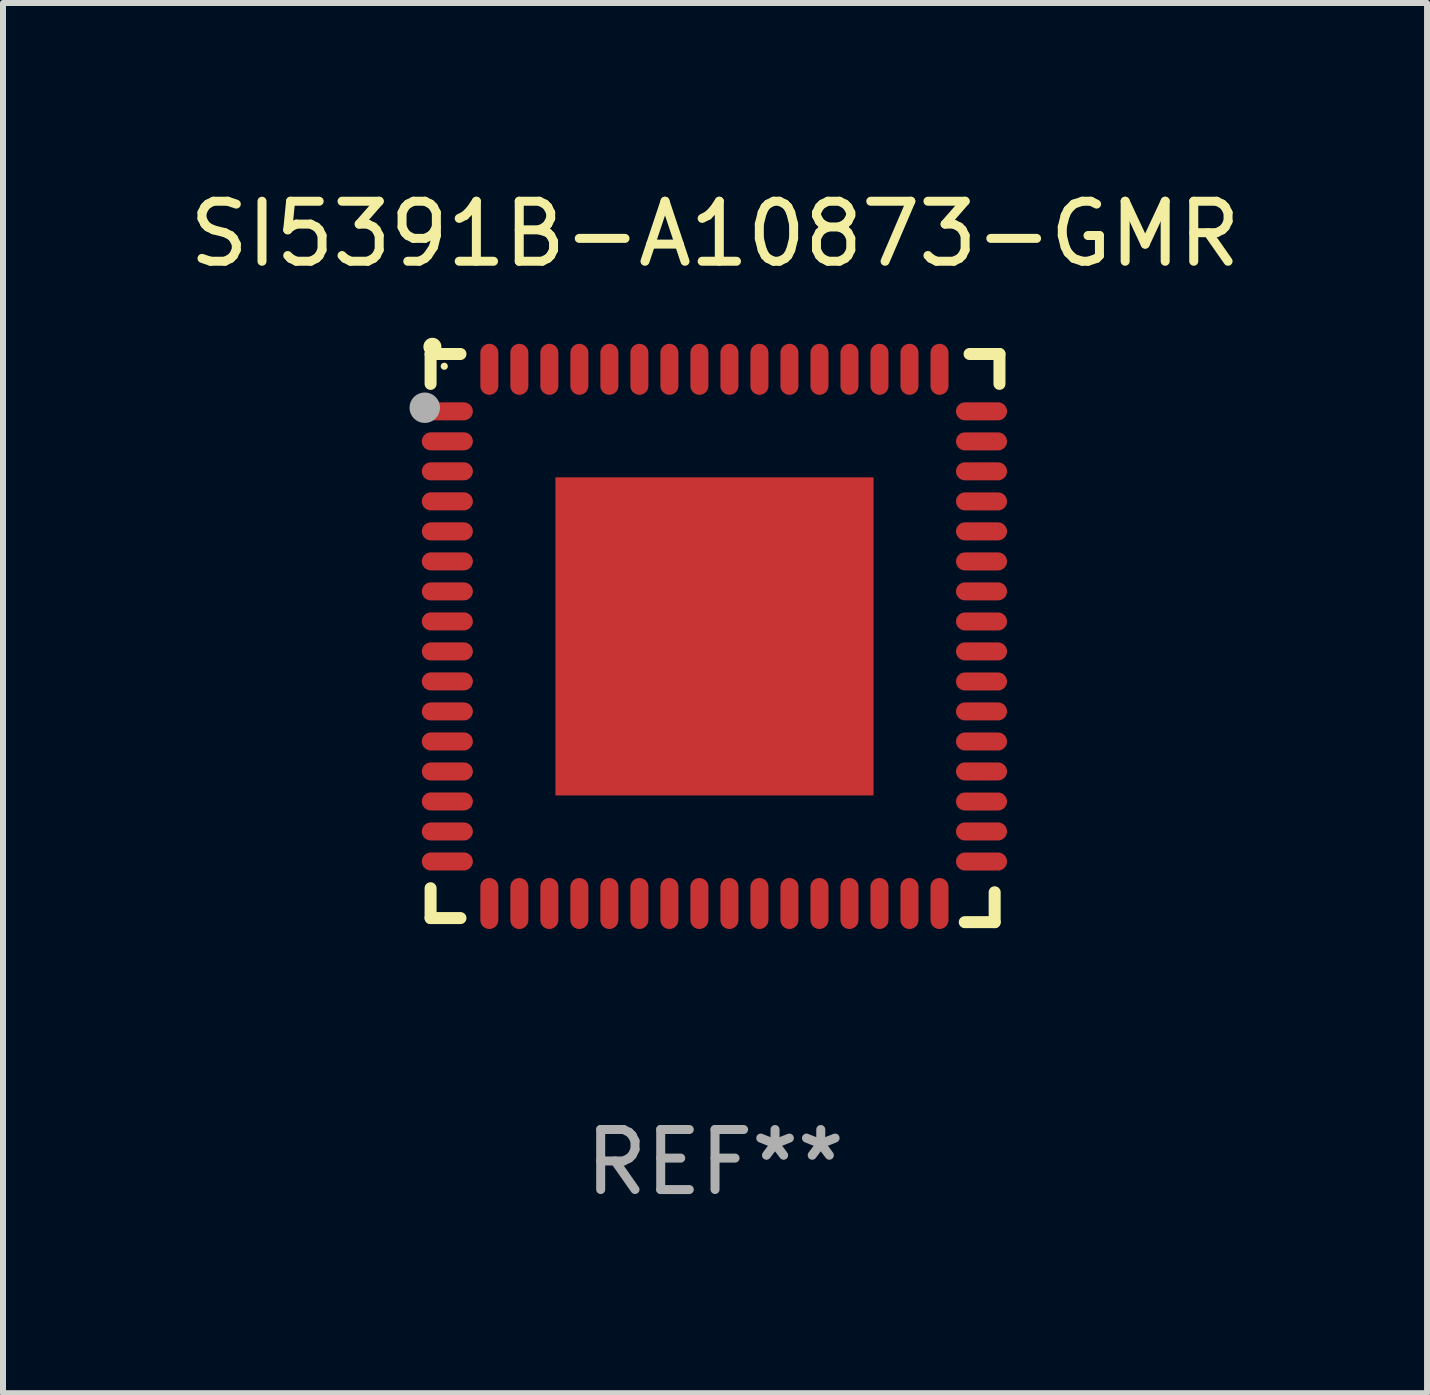
<source format=kicad_pcb>
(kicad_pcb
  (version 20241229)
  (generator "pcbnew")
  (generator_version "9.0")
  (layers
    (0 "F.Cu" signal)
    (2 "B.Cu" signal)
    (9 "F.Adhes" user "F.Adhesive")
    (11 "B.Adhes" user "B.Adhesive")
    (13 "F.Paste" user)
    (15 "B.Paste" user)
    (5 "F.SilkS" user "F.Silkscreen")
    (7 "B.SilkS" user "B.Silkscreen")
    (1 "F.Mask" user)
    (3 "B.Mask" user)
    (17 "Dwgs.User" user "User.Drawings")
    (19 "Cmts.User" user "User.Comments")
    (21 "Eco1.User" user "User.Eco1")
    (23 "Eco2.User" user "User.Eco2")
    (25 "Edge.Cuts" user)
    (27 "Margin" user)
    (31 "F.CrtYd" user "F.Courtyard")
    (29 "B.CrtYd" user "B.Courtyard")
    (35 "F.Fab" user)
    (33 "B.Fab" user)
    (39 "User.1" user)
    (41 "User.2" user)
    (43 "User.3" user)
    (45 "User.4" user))
  (footprint "SI5391B-A10873-GMR"
    (layer "F.Cu")
    (at 8.863 7.581)
    (property "Reference" "SI5391B-A10873-GMR" (at 0 -6.733 0) (layer "F.SilkS") (effects (font (size 1 1) (thickness 0.15))))
    (attr through_hole)
    (fp_line (start -4.739 -4.733) (end -4.241 -4.733) (stroke (width 0.2) (type solid)) (layer "F.SilkS"))
    (fp_line (start -4.739 -4.235) (end -4.739 -4.733) (stroke (width 0.2) (type solid)) (layer "F.SilkS"))
    (fp_line (start -4.739 4.168) (end -4.739 4.665) (stroke (width 0.2) (type solid)) (layer "F.SilkS"))
    (fp_line (start -4.739 4.665) (end -4.241 4.665) (stroke (width 0.2) (type solid)) (layer "F.SilkS"))
    (fp_line (start 4.161 4.733) (end 4.659 4.733) (stroke (width 0.2) (type solid)) (layer "F.SilkS"))
    (fp_line (start 4.241 -4.733) (end 4.739 -4.733) (stroke (width 0.2) (type solid)) (layer "F.SilkS"))
    (fp_line (start 4.659 4.733) (end 4.659 4.235) (stroke (width 0.2) (type solid)) (layer "F.SilkS"))
    (fp_line (start 4.739 -4.733) (end 4.739 -4.235) (stroke (width 0.2) (type solid)) (layer "F.SilkS"))
    (fp_arc (start -4.708623 -4.85108) (mid -4.708628 -4.85235) (end -4.708623 -4.85362) (stroke (width 0.3) (type solid)) (layer "F.SilkS"))
    (fp_circle (center -4.511 -4.529) (end -4.481 -4.529) (stroke (width 0.06) (type solid)) (fill no) (layer "F.SilkS"))
    (fp_circle (center -4.836 -3.838) (end -4.709 -3.838) (stroke (width 0.254) (type solid)) (fill no) (layer "F.Fab"))
    (fp_text user "REF**" (at 0 8.733 0) (layer "F.Fab") (effects (font (size 1 1) (thickness 0.15))))
    (pad "1" smd oval (at -4.46 -3.778) (size 0.85 0.3) (layers "F.Cu" "F.Mask" "F.Paste"))
    (pad "2" smd oval (at -4.46 -3.278) (size 0.85 0.3) (layers "F.Cu" "F.Mask" "F.Paste"))
    (pad "3" smd oval (at -4.46 -2.778) (size 0.85 0.3) (layers "F.Cu" "F.Mask" "F.Paste"))
    (pad "4" smd oval (at -4.46 -2.278) (size 0.85 0.3) (layers "F.Cu" "F.Mask" "F.Paste"))
    (pad "5" smd oval (at -4.46 -1.778) (size 0.85 0.3) (layers "F.Cu" "F.Mask" "F.Paste"))
    (pad "6" smd oval (at -4.46 -1.278) (size 0.85 0.3) (layers "F.Cu" "F.Mask" "F.Paste"))
    (pad "7" smd oval (at -4.46 -0.778) (size 0.85 0.3) (layers "F.Cu" "F.Mask" "F.Paste"))
    (pad "8" smd oval (at -4.46 -0.278) (size 0.85 0.3) (layers "F.Cu" "F.Mask" "F.Paste"))
    (pad "9" smd oval (at -4.46 0.222) (size 0.85 0.3) (layers "F.Cu" "F.Mask" "F.Paste"))
    (pad "10" smd oval (at -4.46 0.722) (size 0.85 0.3) (layers "F.Cu" "F.Mask" "F.Paste"))
    (pad "11" smd oval (at -4.46 1.222) (size 0.85 0.3) (layers "F.Cu" "F.Mask" "F.Paste"))
    (pad "12" smd oval (at -4.46 1.722) (size 0.85 0.3) (layers "F.Cu" "F.Mask" "F.Paste"))
    (pad "13" smd oval (at -4.46 2.222) (size 0.85 0.3) (layers "F.Cu" "F.Mask" "F.Paste"))
    (pad "14" smd oval (at -4.46 2.722) (size 0.85 0.3) (layers "F.Cu" "F.Mask" "F.Paste"))
    (pad "15" smd oval (at -4.46 3.222) (size 0.85 0.3) (layers "F.Cu" "F.Mask" "F.Paste"))
    (pad "16" smd oval (at -4.46 3.722) (size 0.85 0.3) (layers "F.Cu" "F.Mask" "F.Paste"))
    (pad "17" smd oval (at -3.76 4.422) (size 0.3 0.85) (layers "F.Cu" "F.Mask" "F.Paste"))
    (pad "18" smd oval (at -3.26 4.422) (size 0.3 0.85) (layers "F.Cu" "F.Mask" "F.Paste"))
    (pad "19" smd oval (at -2.76 4.422) (size 0.3 0.85) (layers "F.Cu" "F.Mask" "F.Paste"))
    (pad "20" smd oval (at -2.26 4.422) (size 0.3 0.85) (layers "F.Cu" "F.Mask" "F.Paste"))
    (pad "21" smd oval (at -1.76 4.422) (size 0.3 0.85) (layers "F.Cu" "F.Mask" "F.Paste"))
    (pad "22" smd oval (at -1.26 4.422) (size 0.3 0.85) (layers "F.Cu" "F.Mask" "F.Paste"))
    (pad "23" smd oval (at -0.76 4.422) (size 0.3 0.85) (layers "F.Cu" "F.Mask" "F.Paste"))
    (pad "24" smd oval (at -0.26 4.422) (size 0.3 0.85) (layers "F.Cu" "F.Mask" "F.Paste"))
    (pad "25" smd oval (at 0.24 4.422) (size 0.3 0.85) (layers "F.Cu" "F.Mask" "F.Paste"))
    (pad "26" smd oval (at 0.74 4.422) (size 0.3 0.85) (layers "F.Cu" "F.Mask" "F.Paste"))
    (pad "27" smd oval (at 1.24 4.422) (size 0.3 0.85) (layers "F.Cu" "F.Mask" "F.Paste"))
    (pad "28" smd oval (at 1.74 4.422) (size 0.3 0.85) (layers "F.Cu" "F.Mask" "F.Paste"))
    (pad "29" smd oval (at 2.24 4.422) (size 0.3 0.85) (layers "F.Cu" "F.Mask" "F.Paste"))
    (pad "30" smd oval (at 2.74 4.422) (size 0.3 0.85) (layers "F.Cu" "F.Mask" "F.Paste"))
    (pad "31" smd oval (at 3.24 4.422) (size 0.3 0.85) (layers "F.Cu" "F.Mask" "F.Paste"))
    (pad "32" smd oval (at 3.74 4.422) (size 0.3 0.85) (layers "F.Cu" "F.Mask" "F.Paste"))
    (pad "33" smd oval (at 4.44 3.723) (size 0.85 0.3) (layers "F.Cu" "F.Mask" "F.Paste"))
    (pad "34" smd oval (at 4.44 3.222) (size 0.85 0.3) (layers "F.Cu" "F.Mask" "F.Paste"))
    (pad "35" smd oval (at 4.44 2.723) (size 0.85 0.3) (layers "F.Cu" "F.Mask" "F.Paste"))
    (pad "36" smd oval (at 4.44 2.222) (size 0.85 0.3) (layers "F.Cu" "F.Mask" "F.Paste"))
    (pad "37" smd oval (at 4.44 1.723) (size 0.85 0.3) (layers "F.Cu" "F.Mask" "F.Paste"))
    (pad "38" smd oval (at 4.44 1.222) (size 0.85 0.3) (layers "F.Cu" "F.Mask" "F.Paste"))
    (pad "39" smd oval (at 4.44 0.723) (size 0.85 0.3) (layers "F.Cu" "F.Mask" "F.Paste"))
    (pad "40" smd oval (at 4.44 0.222) (size 0.85 0.3) (layers "F.Cu" "F.Mask" "F.Paste"))
    (pad "41" smd oval (at 4.44 -0.277) (size 0.85 0.3) (layers "F.Cu" "F.Mask" "F.Paste"))
    (pad "42" smd oval (at 4.44 -0.778) (size 0.85 0.3) (layers "F.Cu" "F.Mask" "F.Paste"))
    (pad "43" smd oval (at 4.44 -1.277) (size 0.85 0.3) (layers "F.Cu" "F.Mask" "F.Paste"))
    (pad "44" smd oval (at 4.44 -1.778) (size 0.85 0.3) (layers "F.Cu" "F.Mask" "F.Paste"))
    (pad "45" smd oval (at 4.44 -2.277) (size 0.85 0.3) (layers "F.Cu" "F.Mask" "F.Paste"))
    (pad "46" smd oval (at 4.44 -2.778) (size 0.85 0.3) (layers "F.Cu" "F.Mask" "F.Paste"))
    (pad "47" smd oval (at 4.44 -3.277) (size 0.85 0.3) (layers "F.Cu" "F.Mask" "F.Paste"))
    (pad "48" smd oval (at 4.44 -3.778) (size 0.85 0.3) (layers "F.Cu" "F.Mask" "F.Paste"))
    (pad "49" smd oval (at 3.74 -4.478) (size 0.3 0.85) (layers "F.Cu" "F.Mask" "F.Paste"))
    (pad "50" smd oval (at 3.24 -4.478) (size 0.3 0.85) (layers "F.Cu" "F.Mask" "F.Paste"))
    (pad "51" smd oval (at 2.74 -4.478) (size 0.3 0.85) (layers "F.Cu" "F.Mask" "F.Paste"))
    (pad "52" smd oval (at 2.24 -4.478) (size 0.3 0.85) (layers "F.Cu" "F.Mask" "F.Paste"))
    (pad "53" smd oval (at 1.74 -4.478) (size 0.3 0.85) (layers "F.Cu" "F.Mask" "F.Paste"))
    (pad "54" smd oval (at 1.24 -4.478) (size 0.3 0.85) (layers "F.Cu" "F.Mask" "F.Paste"))
    (pad "55" smd oval (at 0.74 -4.478) (size 0.3 0.85) (layers "F.Cu" "F.Mask" "F.Paste"))
    (pad "56" smd oval (at 0.24 -4.478) (size 0.3 0.85) (layers "F.Cu" "F.Mask" "F.Paste"))
    (pad "57" smd oval (at -0.26 -4.478) (size 0.3 0.85) (layers "F.Cu" "F.Mask" "F.Paste"))
    (pad "58" smd oval (at -0.76 -4.478) (size 0.3 0.85) (layers "F.Cu" "F.Mask" "F.Paste"))
    (pad "59" smd oval (at -1.26 -4.478) (size 0.3 0.85) (layers "F.Cu" "F.Mask" "F.Paste"))
    (pad "60" smd oval (at -1.76 -4.478) (size 0.3 0.85) (layers "F.Cu" "F.Mask" "F.Paste"))
    (pad "61" smd oval (at -2.26 -4.478) (size 0.3 0.85) (layers "F.Cu" "F.Mask" "F.Paste"))
    (pad "62" smd oval (at -2.76 -4.478) (size 0.3 0.85) (layers "F.Cu" "F.Mask" "F.Paste"))
    (pad "63" smd oval (at -3.26 -4.478) (size 0.3 0.85) (layers "F.Cu" "F.Mask" "F.Paste"))
    (pad "64" smd oval (at -3.76 -4.478) (size 0.3 0.85) (layers "F.Cu" "F.Mask" "F.Paste"))
    (pad "65" smd rect (at -0.009 -0.028 90) (size 5.3 5.3) (layers "F.Cu" "F.Mask" "F.Paste")))
  (gr_rect
    (start -3 -3)
    (end 20.726 20.162)
    (stroke (width 0.1) (type default))
    (fill no)
    (layer "Edge.Cuts")))
</source>
